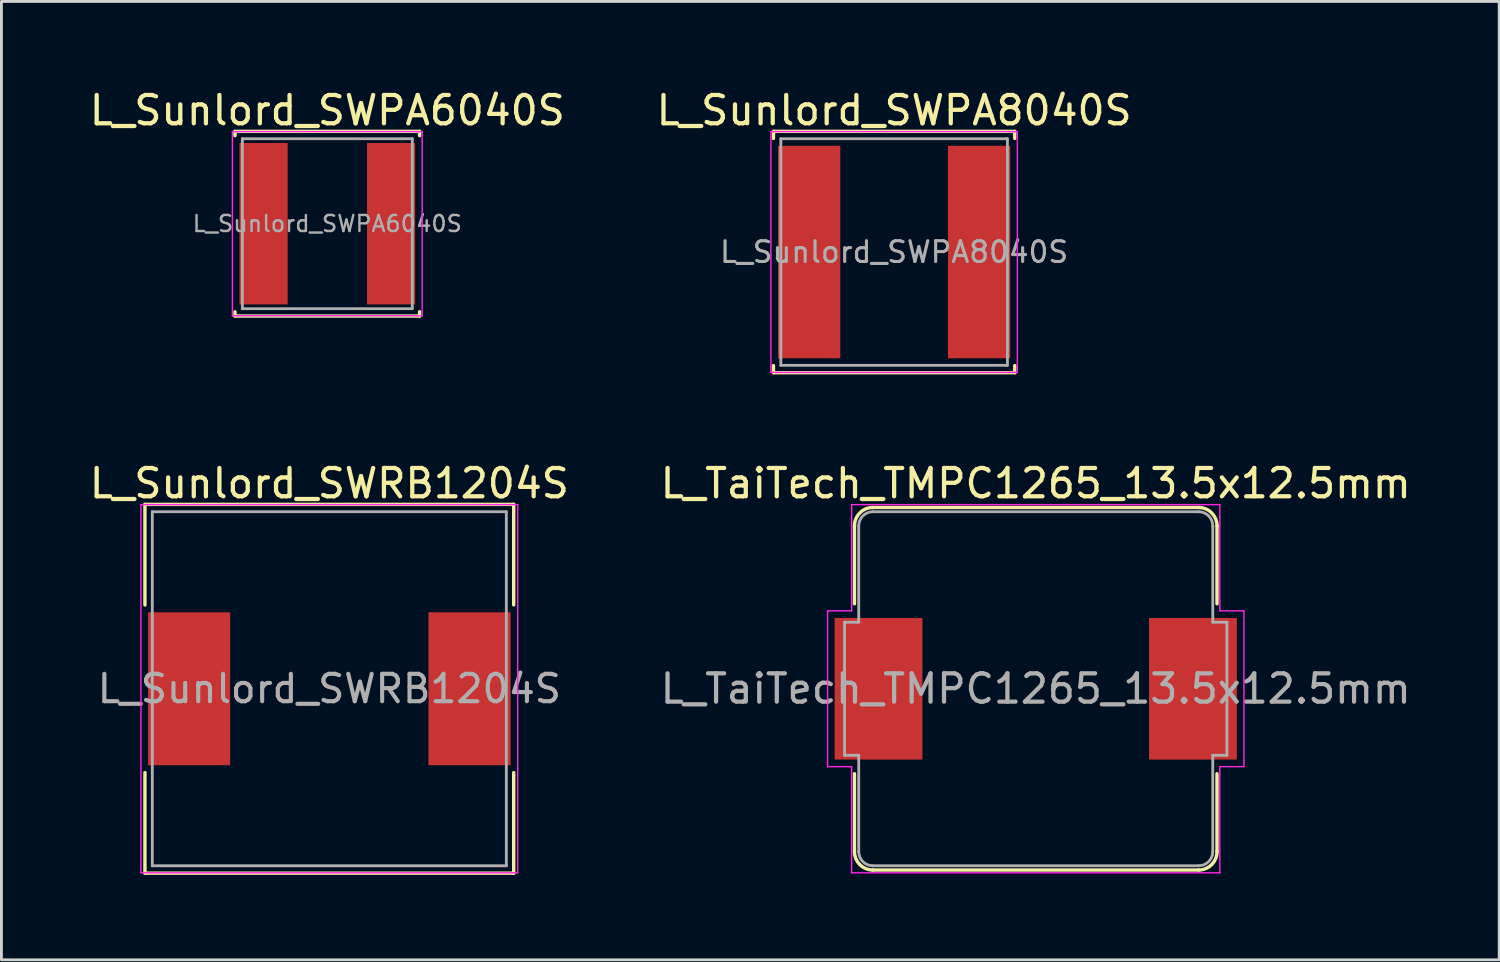
<source format=kicad_pcb>
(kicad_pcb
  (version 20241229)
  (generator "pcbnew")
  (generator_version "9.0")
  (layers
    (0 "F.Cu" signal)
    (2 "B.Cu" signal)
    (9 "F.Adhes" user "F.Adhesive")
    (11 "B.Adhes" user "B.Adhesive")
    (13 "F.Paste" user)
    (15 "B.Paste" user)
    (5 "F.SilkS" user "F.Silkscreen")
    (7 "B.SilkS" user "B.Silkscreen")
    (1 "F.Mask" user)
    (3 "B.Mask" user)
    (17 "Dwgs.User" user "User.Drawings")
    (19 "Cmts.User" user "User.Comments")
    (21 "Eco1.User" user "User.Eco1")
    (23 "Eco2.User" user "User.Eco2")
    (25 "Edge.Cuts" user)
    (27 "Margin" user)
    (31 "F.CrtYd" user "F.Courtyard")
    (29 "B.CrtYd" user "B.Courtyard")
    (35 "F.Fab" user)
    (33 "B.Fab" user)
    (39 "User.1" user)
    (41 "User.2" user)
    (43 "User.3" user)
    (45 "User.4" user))
  (footprint "L_TaiTech_TMPC1265_13.5x12.5mm"
    (layer "F.Cu")
    (at 33.518 21.267)
    (property "Reference" "L_TaiTech_TMPC1265_13.5x12.5mm" (at 0 -7.25 0) (layer "F.SilkS") (effects (font (size 1 1) (thickness 0.15))))
    (attr smd)
    (fp_line (start -6.4 -5.75) (end -6.4 -3) (stroke (width 0.12) (type solid)) (layer "F.SilkS"))
    (fp_line (start -6.4 3) (end -6.4 5.75) (stroke (width 0.12) (type solid)) (layer "F.SilkS"))
    (fp_line (start -5.75 -6.4) (end 5.75 -6.4) (stroke (width 0.12) (type solid)) (layer "F.SilkS"))
    (fp_line (start 5.75 6.4) (end -5.75 6.4) (stroke (width 0.12) (type solid)) (layer "F.SilkS"))
    (fp_line (start 6.4 -5.75) (end 6.4 -3) (stroke (width 0.12) (type solid)) (layer "F.SilkS"))
    (fp_line (start 6.4 3) (end 6.4 5.75) (stroke (width 0.12) (type solid)) (layer "F.SilkS"))
    (fp_arc (start -6.4 -5.75) (mid -6.209619 -6.209619) (end -5.75 -6.4) (stroke (width 0.12) (type solid)) (layer "F.SilkS"))
    (fp_arc (start -5.75 6.4) (mid -6.209619 6.209619) (end -6.4 5.75) (stroke (width 0.12) (type solid)) (layer "F.SilkS"))
    (fp_arc (start 5.75 -6.4) (mid 6.209619 -6.209619) (end 6.4 -5.75) (stroke (width 0.12) (type solid)) (layer "F.SilkS"))
    (fp_arc (start 6.4 5.75) (mid 6.209619 6.209619) (end 5.75 6.4) (stroke (width 0.12) (type solid)) (layer "F.SilkS"))
    (fp_line (start -7.35 -2.75) (end -6.5 -2.75) (stroke (width 0.05) (type solid)) (layer "F.CrtYd"))
    (fp_line (start -7.35 2.75) (end -7.35 -2.75) (stroke (width 0.05) (type solid)) (layer "F.CrtYd"))
    (fp_line (start -6.5 -6.5) (end 6.5 -6.5) (stroke (width 0.05) (type solid)) (layer "F.CrtYd"))
    (fp_line (start -6.5 -2.75) (end -6.5 -6.5) (stroke (width 0.05) (type solid)) (layer "F.CrtYd"))
    (fp_line (start -6.5 2.75) (end -7.35 2.75) (stroke (width 0.05) (type solid)) (layer "F.CrtYd"))
    (fp_line (start -6.5 2.75) (end -6.5 6.5) (stroke (width 0.05) (type solid)) (layer "F.CrtYd"))
    (fp_line (start 6.5 -2.75) (end 6.5 -6.5) (stroke (width 0.05) (type solid)) (layer "F.CrtYd"))
    (fp_line (start 6.5 -2.75) (end 7.35 -2.75) (stroke (width 0.05) (type solid)) (layer "F.CrtYd"))
    (fp_line (start 6.5 2.75) (end 6.5 6.5) (stroke (width 0.05) (type solid)) (layer "F.CrtYd"))
    (fp_line (start 6.5 6.5) (end -6.5 6.5) (stroke (width 0.05) (type solid)) (layer "F.CrtYd"))
    (fp_line (start 7.35 -2.75) (end 7.35 2.75) (stroke (width 0.05) (type solid)) (layer "F.CrtYd"))
    (fp_line (start 7.35 2.75) (end 6.5 2.75) (stroke (width 0.05) (type solid)) (layer "F.CrtYd"))
    (fp_line (start -6.75 -2.35) (end -6.75 2.35) (stroke (width 0.1) (type solid)) (layer "F.Fab"))
    (fp_line (start -6.75 -2.35) (end -6.25 -2.35) (stroke (width 0.1) (type solid)) (layer "F.Fab"))
    (fp_line (start -6.75 2.35) (end -6.25 2.35) (stroke (width 0.1) (type solid)) (layer "F.Fab"))
    (fp_line (start -6.25 -5.75) (end -6.25 -2.35) (stroke (width 0.1) (type solid)) (layer "F.Fab"))
    (fp_line (start -6.25 2.35) (end -6.25 5.75) (stroke (width 0.1) (type solid)) (layer "F.Fab"))
    (fp_line (start -5.75 -6.25) (end 5.75 -6.25) (stroke (width 0.1) (type solid)) (layer "F.Fab"))
    (fp_line (start 5.75 6.25) (end -5.75 6.25) (stroke (width 0.1) (type solid)) (layer "F.Fab"))
    (fp_line (start 6.25 -2.35) (end 6.25 -5.75) (stroke (width 0.1) (type solid)) (layer "F.Fab"))
    (fp_line (start 6.25 2.35) (end 6.25 5.75) (stroke (width 0.1) (type solid)) (layer "F.Fab"))
    (fp_line (start 6.75 -2.35) (end 6.25 -2.35) (stroke (width 0.1) (type solid)) (layer "F.Fab"))
    (fp_line (start 6.75 -2.35) (end 6.75 2.35) (stroke (width 0.1) (type solid)) (layer "F.Fab"))
    (fp_line (start 6.75 2.35) (end 6.25 2.35) (stroke (width 0.1) (type solid)) (layer "F.Fab"))
    (fp_arc (start -6.25 -5.75) (mid -6.103553 -6.103553) (end -5.75 -6.25) (stroke (width 0.1) (type solid)) (layer "F.Fab"))
    (fp_arc (start -5.75 6.25) (mid -6.103553 6.103553) (end -6.25 5.75) (stroke (width 0.1) (type solid)) (layer "F.Fab"))
    (fp_arc (start 5.75 -6.25) (mid 6.103553 -6.103553) (end 6.25 -5.75) (stroke (width 0.1) (type solid)) (layer "F.Fab"))
    (fp_arc (start 6.25 5.75) (mid 6.103553 6.103553) (end 5.75 6.25) (stroke (width 0.1) (type solid)) (layer "F.Fab"))
    (fp_text user "${REFERENCE}" (at 0 0 0) (layer "F.Fab") (effects (font (size 1 1) (thickness 0.15))))
    (pad "1" smd rect (at -5.55 0) (size 3.1 5) (layers "F.Cu" "F.Mask" "F.Paste"))
    (pad "2" smd rect (at 5.55 0) (size 3.1 5) (layers "F.Cu" "F.Mask" "F.Paste")))
  (footprint "L_Sunlord_SWPA6040S"
    (layer "F.Cu")
    (at 8.506 4.848)
    (property "Reference" "L_Sunlord_SWPA6040S" (at 0 -4 0) (layer "F.SilkS") (effects (font (size 1 1) (thickness 0.15))))
    (attr smd)
    (fp_line (start -3.26 -3.26) (end -3.26 -3.11) (stroke (width 0.12) (type solid)) (layer "F.SilkS"))
    (fp_line (start -3.26 -3.26) (end 3.26 -3.26) (stroke (width 0.12) (type solid)) (layer "F.SilkS"))
    (fp_line (start -3.26 3.26) (end -3.26 3.11) (stroke (width 0.12) (type solid)) (layer "F.SilkS"))
    (fp_line (start -3.26 3.26) (end 3.26 3.26) (stroke (width 0.12) (type solid)) (layer "F.SilkS"))
    (fp_line (start 3.26 -3.26) (end 3.26 -3.11) (stroke (width 0.12) (type solid)) (layer "F.SilkS"))
    (fp_line (start 3.26 3.26) (end 3.26 3.11) (stroke (width 0.12) (type solid)) (layer "F.SilkS"))
    (fp_line (start -3.35 -3.25) (end -3.35 3.25) (stroke (width 0.05) (type solid)) (layer "F.CrtYd"))
    (fp_line (start -3.35 3.25) (end 3.35 3.25) (stroke (width 0.05) (type solid)) (layer "F.CrtYd"))
    (fp_line (start 3.35 -3.25) (end -3.35 -3.25) (stroke (width 0.05) (type solid)) (layer "F.CrtYd"))
    (fp_line (start 3.35 3.25) (end 3.35 -3.25) (stroke (width 0.05) (type solid)) (layer "F.CrtYd"))
    (fp_line (start -3 -3) (end -3 3) (stroke (width 0.1) (type solid)) (layer "F.Fab"))
    (fp_line (start -3 3) (end 3 3) (stroke (width 0.1) (type solid)) (layer "F.Fab"))
    (fp_line (start 3 -3) (end -3 -3) (stroke (width 0.1) (type solid)) (layer "F.Fab"))
    (fp_line (start 3 3) (end 3 -3) (stroke (width 0.1) (type solid)) (layer "F.Fab"))
    (fp_text user "${REFERENCE}" (at 0 0 0) (layer "F.Fab") (effects (font (size 0.567 0.567) (thickness 0.085))))
    (pad "1" smd rect (at -2.25 0) (size 1.7 5.7) (layers "F.Cu" "F.Mask" "F.Paste"))
    (pad "2" smd rect (at 2.25 0) (size 1.7 5.7) (layers "F.Cu" "F.Mask" "F.Paste")))
  (footprint "L_Sunlord_SWPA8040S"
    (layer "F.Cu")
    (at 28.518 5.848)
    (property "Reference" "L_Sunlord_SWPA8040S" (at 0 -5 0) (layer "F.SilkS") (effects (font (size 1 1) (thickness 0.15))))
    (attr smd)
    (fp_line (start -4.26 -4.26) (end -4.26 -4.01) (stroke (width 0.12) (type solid)) (layer "F.SilkS"))
    (fp_line (start -4.26 -4.26) (end 4.26 -4.26) (stroke (width 0.12) (type solid)) (layer "F.SilkS"))
    (fp_line (start -4.26 4.26) (end -4.26 4.01) (stroke (width 0.12) (type solid)) (layer "F.SilkS"))
    (fp_line (start -4.26 4.26) (end 4.26 4.26) (stroke (width 0.12) (type solid)) (layer "F.SilkS"))
    (fp_line (start 4.26 -4.26) (end 4.26 -4.01) (stroke (width 0.12) (type solid)) (layer "F.SilkS"))
    (fp_line (start 4.26 4.26) (end 4.26 4.01) (stroke (width 0.12) (type solid)) (layer "F.SilkS"))
    (fp_line (start -4.35 -4.25) (end -4.35 4.25) (stroke (width 0.05) (type solid)) (layer "F.CrtYd"))
    (fp_line (start -4.35 4.25) (end 4.35 4.25) (stroke (width 0.05) (type solid)) (layer "F.CrtYd"))
    (fp_line (start 4.35 -4.25) (end -4.35 -4.25) (stroke (width 0.05) (type solid)) (layer "F.CrtYd"))
    (fp_line (start 4.35 4.25) (end 4.35 -4.25) (stroke (width 0.05) (type solid)) (layer "F.CrtYd"))
    (fp_line (start -4 -4) (end -4 4) (stroke (width 0.1) (type solid)) (layer "F.Fab"))
    (fp_line (start -4 4) (end 4 4) (stroke (width 0.1) (type solid)) (layer "F.Fab"))
    (fp_line (start 4 -4) (end -4 -4) (stroke (width 0.1) (type solid)) (layer "F.Fab"))
    (fp_line (start 4 4) (end 4 -4) (stroke (width 0.1) (type solid)) (layer "F.Fab"))
    (fp_text user "${REFERENCE}" (at 0 0 0) (layer "F.Fab") (effects (font (size 0.733 0.733) (thickness 0.11))))
    (pad "1" smd rect (at -3 0) (size 2.2 7.5) (layers "F.Cu" "F.Mask" "F.Paste"))
    (pad "2" smd rect (at 3 0) (size 2.2 7.5) (layers "F.Cu" "F.Mask" "F.Paste")))
  (footprint "L_Sunlord_SWRB1204S"
    (layer "F.Cu")
    (at 8.577 21.267)
    (property "Reference" "L_Sunlord_SWRB1204S" (at 0 -7.25 0) (layer "F.SilkS") (effects (font (size 1 1) (thickness 0.15))))
    (attr smd)
    (fp_line (start -6.51 -6.51) (end -6.51 -2.96) (stroke (width 0.12) (type solid)) (layer "F.SilkS"))
    (fp_line (start -6.51 -6.51) (end 6.51 -6.51) (stroke (width 0.12) (type solid)) (layer "F.SilkS"))
    (fp_line (start -6.51 6.51) (end -6.51 2.96) (stroke (width 0.12) (type solid)) (layer "F.SilkS"))
    (fp_line (start -6.51 6.51) (end 6.51 6.51) (stroke (width 0.12) (type solid)) (layer "F.SilkS"))
    (fp_line (start 6.51 -6.51) (end 6.51 -2.96) (stroke (width 0.12) (type solid)) (layer "F.SilkS"))
    (fp_line (start 6.51 6.51) (end 6.51 2.96) (stroke (width 0.12) (type solid)) (layer "F.SilkS"))
    (fp_line (start -6.65 -6.5) (end -6.65 6.5) (stroke (width 0.05) (type solid)) (layer "F.CrtYd"))
    (fp_line (start -6.65 6.5) (end 6.65 6.5) (stroke (width 0.05) (type solid)) (layer "F.CrtYd"))
    (fp_line (start 6.65 -6.5) (end -6.65 -6.5) (stroke (width 0.05) (type solid)) (layer "F.CrtYd"))
    (fp_line (start 6.65 6.5) (end 6.65 -6.5) (stroke (width 0.05) (type solid)) (layer "F.CrtYd"))
    (fp_line (start -6.25 -6.25) (end -6.25 6.25) (stroke (width 0.1) (type solid)) (layer "F.Fab"))
    (fp_line (start -6.25 6.25) (end 6.25 6.25) (stroke (width 0.1) (type solid)) (layer "F.Fab"))
    (fp_line (start 6.25 -6.25) (end -6.25 -6.25) (stroke (width 0.1) (type solid)) (layer "F.Fab"))
    (fp_line (start 6.25 6.25) (end 6.25 -6.25) (stroke (width 0.1) (type solid)) (layer "F.Fab"))
    (fp_text user "${REFERENCE}" (at 0 0 0) (layer "F.Fab") (effects (font (size 0.967 0.967) (thickness 0.145))))
    (pad "1" smd rect (at -4.95 0) (size 2.9 5.4) (layers "F.Cu" "F.Mask" "F.Paste"))
    (pad "2" smd rect (at 4.95 0) (size 2.9 5.4) (layers "F.Cu" "F.Mask" "F.Paste")))
  (gr_rect
    (start -3 -3)
    (end 49.881 30.837)
    (stroke (width 0.1) (type default))
    (fill no)
    (layer "Edge.Cuts")))
</source>
